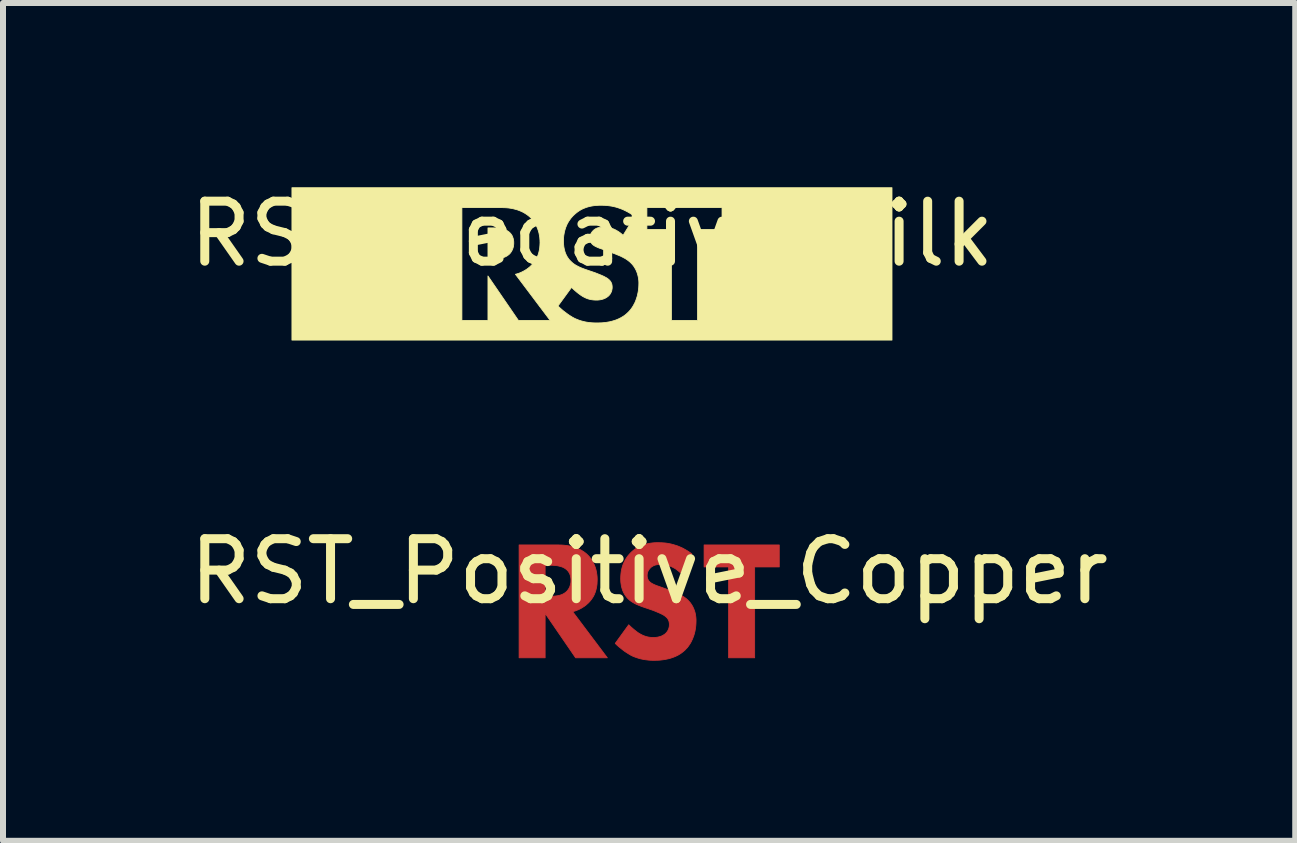
<source format=kicad_pcb>
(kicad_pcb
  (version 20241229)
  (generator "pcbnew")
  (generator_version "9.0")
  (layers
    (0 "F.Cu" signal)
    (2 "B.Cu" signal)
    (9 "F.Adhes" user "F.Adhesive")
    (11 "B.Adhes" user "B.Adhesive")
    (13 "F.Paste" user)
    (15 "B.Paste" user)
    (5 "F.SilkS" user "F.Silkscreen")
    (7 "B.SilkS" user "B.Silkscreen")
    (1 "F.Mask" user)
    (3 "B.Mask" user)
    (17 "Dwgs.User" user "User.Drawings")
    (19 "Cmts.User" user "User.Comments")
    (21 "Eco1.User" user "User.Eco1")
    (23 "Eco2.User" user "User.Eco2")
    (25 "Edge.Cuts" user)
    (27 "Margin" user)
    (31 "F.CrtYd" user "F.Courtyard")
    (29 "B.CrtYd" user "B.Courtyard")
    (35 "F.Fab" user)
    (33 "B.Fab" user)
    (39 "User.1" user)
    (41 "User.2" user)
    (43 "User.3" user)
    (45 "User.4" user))
  (footprint "RST_Positive_Copper"
    (layer "F.Cu")
    (at 7.768 6.973)
    (property "Reference" "RST_Positive_Copper" (at 0 -0.5 0) (unlocked yes) (layer "F.SilkS") (effects (font (size 1 1) (thickness 0.15))))
    (fp_poly (pts (xy 2.169 -0.574) (xy 1.759 -0.574) (xy 1.759 0.94) (xy 1.325 0.94) (xy 1.325 -0.574) (xy 0.916 -0.574) (xy 0.916 -0.941) (xy 2.169 -0.941)) (stroke (width 0.013) (type solid)) (fill yes) (layer "F.Cu"))
    (fp_poly (pts (xy -1.463 -0.94) (xy -1.422 -0.937) (xy -1.382 -0.933) (xy -1.344 -0.927) (xy -1.308 -0.92) (xy -1.274 -0.912) (xy -1.242 -0.902) (xy -1.212 -0.891) (xy -1.183 -0.88) (xy -1.156 -0.867) (xy -1.131 -0.854) (xy -1.107 -0.839) (xy -1.085 -0.825) (xy -1.065 -0.81) (xy -1.045 -0.794) (xy -1.028 -0.778) (xy -1.013 -0.763) (xy -0.998 -0.747) (xy -0.984 -0.729) (xy -0.969 -0.709) (xy -0.956 -0.689) (xy -0.942 -0.666) (xy -0.929 -0.643) (xy -0.917 -0.617) (xy -0.906 -0.591) (xy -0.896 -0.562) (xy -0.887 -0.533) (xy -0.883 -0.517) (xy -0.88 -0.501) (xy -0.876 -0.485) (xy -0.874 -0.468) (xy -0.871 -0.451) (xy -0.869 -0.433) (xy -0.867 -0.415) (xy -0.866 -0.397) (xy -0.865 -0.378) (xy -0.865 -0.359) (xy -0.866 -0.336) (xy -0.867 -0.313) (xy -0.868 -0.289) (xy -0.871 -0.265) (xy -0.875 -0.24) (xy -0.88 -0.216) (xy -0.886 -0.191) (xy -0.893 -0.166) (xy -0.902 -0.142) (xy -0.912 -0.117) (xy -0.924 -0.092) (xy -0.938 -0.068) (xy -0.954 -0.044) (xy -0.972 -0.02) (xy -0.991 0.003) (xy -1.013 0.026) (xy -1.026 0.038) (xy -1.039 0.049) (xy -1.052 0.061) (xy -1.067 0.072) (xy -1.081 0.083) (xy -1.097 0.093) (xy -1.113 0.103) (xy -1.129 0.113) (xy -1.146 0.122) (xy -1.164 0.131) (xy -1.181 0.139) (xy -1.199 0.146) (xy -1.218 0.154) (xy -1.236 0.16) (xy -1.255 0.166) (xy -1.274 0.171) (xy -0.696 0.94) (xy -1.225 0.94) (xy -1.733 0.199) (xy -1.733 0.94) (xy -2.167 0.94) (xy -2.167 -0.087) (xy -1.733 -0.087) (xy -1.634 -0.087) (xy -1.604 -0.087) (xy -1.588 -0.088) (xy -1.571 -0.089) (xy -1.554 -0.091) (xy -1.537 -0.093) (xy -1.52 -0.096) (xy -1.502 -0.1) (xy -1.485 -0.104) (xy -1.468 -0.11) (xy -1.451 -0.116) (xy -1.434 -0.124) (xy -1.418 -0.133) (xy -1.403 -0.143) (xy -1.395 -0.149) (xy -1.388 -0.155) (xy -1.38 -0.161) (xy -1.373 -0.168) (xy -1.367 -0.174) (xy -1.361 -0.181) (xy -1.355 -0.189) (xy -1.349 -0.197) (xy -1.343 -0.206) (xy -1.337 -0.216) (xy -1.331 -0.226) (xy -1.326 -0.237) (xy -1.321 -0.249) (xy -1.317 -0.262) (xy -1.313 -0.275) (xy -1.311 -0.282) (xy -1.309 -0.289) (xy -1.308 -0.296) (xy -1.306 -0.303) (xy -1.305 -0.311) (xy -1.304 -0.319) (xy -1.304 -0.327) (xy -1.303 -0.335) (xy -1.303 -0.343) (xy -1.303 -0.352) (xy -1.303 -0.371) (xy -1.305 -0.389) (xy -1.308 -0.406) (xy -1.311 -0.422) (xy -1.315 -0.437) (xy -1.32 -0.451) (xy -1.326 -0.464) (xy -1.332 -0.476) (xy -1.339 -0.487) (xy -1.346 -0.497) (xy -1.353 -0.507) (xy -1.361 -0.515) (xy -1.368 -0.523) (xy -1.376 -0.53) (xy -1.384 -0.536) (xy -1.391 -0.542) (xy -1.405 -0.551) (xy -1.419 -0.56) (xy -1.434 -0.567) (xy -1.45 -0.574) (xy -1.466 -0.579) (xy -1.483 -0.584) (xy -1.5 -0.588) (xy -1.516 -0.592) (xy -1.533 -0.595) (xy -1.549 -0.597) (xy -1.564 -0.599) (xy -1.579 -0.6) (xy -1.607 -0.602) (xy -1.631 -0.602) (xy -1.733 -0.602) (xy -1.733 -0.087) (xy -2.167 -0.087) (xy -2.167 -0.941) (xy -1.507 -0.941)) (stroke (width 0.013) (type solid)) (fill yes) (layer "F.Cu"))
    (fp_poly (pts (xy 0.207 -0.978) (xy 0.235 -0.976) (xy 0.266 -0.974) (xy 0.297 -0.97) (xy 0.33 -0.964) (xy 0.365 -0.957) (xy 0.4 -0.948) (xy 0.436 -0.937) (xy 0.474 -0.925) (xy 0.512 -0.909) (xy 0.551 -0.892) (xy 0.59 -0.871) (xy 0.63 -0.848) (xy 0.671 -0.822) (xy 0.712 -0.792) (xy 0.518 -0.475) (xy 0.518 -0.482) (xy 0.491 -0.504) (xy 0.466 -0.524) (xy 0.441 -0.542) (xy 0.416 -0.557) (xy 0.393 -0.569) (xy 0.37 -0.58) (xy 0.348 -0.589) (xy 0.327 -0.597) (xy 0.307 -0.603) (xy 0.288 -0.607) (xy 0.27 -0.611) (xy 0.254 -0.613) (xy 0.238 -0.615) (xy 0.224 -0.616) (xy 0.2 -0.616) (xy 0.177 -0.616) (xy 0.165 -0.615) (xy 0.153 -0.614) (xy 0.141 -0.613) (xy 0.129 -0.611) (xy 0.117 -0.609) (xy 0.104 -0.606) (xy 0.092 -0.602) (xy 0.081 -0.598) (xy 0.069 -0.592) (xy 0.058 -0.586) (xy 0.047 -0.579) (xy 0.036 -0.572) (xy 0.031 -0.567) (xy 0.026 -0.563) (xy 0.021 -0.558) (xy 0.017 -0.553) (xy 0.011 -0.547) (xy 0.006 -0.541) (xy 0.002 -0.535) (xy -0.003 -0.529) (xy -0.007 -0.522) (xy -0.011 -0.515) (xy -0.015 -0.508) (xy -0.019 -0.501) (xy -0.022 -0.493) (xy -0.025 -0.485) (xy -0.027 -0.477) (xy -0.029 -0.468) (xy -0.031 -0.46) (xy -0.032 -0.451) (xy -0.032 -0.442) (xy -0.033 -0.433) (xy -0.033 -0.424) (xy -0.032 -0.416) (xy -0.031 -0.408) (xy -0.03 -0.401) (xy -0.029 -0.393) (xy -0.027 -0.386) (xy -0.025 -0.38) (xy -0.022 -0.373) (xy -0.019 -0.367) (xy -0.016 -0.361) (xy -0.013 -0.355) (xy -0.009 -0.349) (xy -0.005 -0.343) (xy -0.000284 -0.338) (xy 0.005 -0.332) (xy 0.01 -0.327) (xy 0.018 -0.319) (xy 0.028 -0.312) (xy 0.038 -0.305) (xy 0.048 -0.299) (xy 0.059 -0.293) (xy 0.071 -0.287) (xy 0.084 -0.281) (xy 0.097 -0.275) (xy 0.112 -0.269) (xy 0.127 -0.263) (xy 0.162 -0.251) (xy 0.246 -0.221) (xy 0.387 -0.168) (xy 0.418 -0.156) (xy 0.451 -0.142) (xy 0.485 -0.127) (xy 0.502 -0.119) (xy 0.519 -0.11) (xy 0.535 -0.101) (xy 0.552 -0.092) (xy 0.568 -0.082) (xy 0.585 -0.071) (xy 0.6 -0.06) (xy 0.616 -0.049) (xy 0.63 -0.036) (xy 0.645 -0.023) (xy 0.664 -0.003) (xy 0.682 0.017) (xy 0.698 0.039) (xy 0.712 0.06) (xy 0.725 0.082) (xy 0.736 0.105) (xy 0.746 0.127) (xy 0.754 0.15) (xy 0.762 0.173) (xy 0.768 0.195) (xy 0.772 0.218) (xy 0.776 0.24) (xy 0.779 0.262) (xy 0.781 0.284) (xy 0.782 0.305) (xy 0.782 0.326) (xy 0.781 0.362) (xy 0.779 0.397) (xy 0.775 0.432) (xy 0.77 0.466) (xy 0.764 0.499) (xy 0.756 0.531) (xy 0.747 0.563) (xy 0.736 0.593) (xy 0.725 0.622) (xy 0.712 0.65) (xy 0.699 0.677) (xy 0.684 0.703) (xy 0.668 0.727) (xy 0.652 0.75) (xy 0.635 0.772) (xy 0.616 0.791) (xy 0.601 0.808) (xy 0.584 0.823) (xy 0.568 0.837) (xy 0.551 0.85) (xy 0.534 0.863) (xy 0.516 0.875) (xy 0.481 0.896) (xy 0.444 0.914) (xy 0.408 0.929) (xy 0.371 0.942) (xy 0.334 0.953) (xy 0.298 0.961) (xy 0.263 0.968) (xy 0.229 0.973) (xy 0.196 0.977) (xy 0.165 0.98) (xy 0.135 0.981) (xy 0.084 0.982) (xy 0.059 0.982) (xy 0.034 0.981) (xy 0.01 0.98) (xy -0.014 0.978) (xy -0.038 0.975) (xy -0.062 0.972) (xy -0.085 0.969) (xy -0.109 0.964) (xy -0.132 0.959) (xy -0.155 0.954) (xy -0.177 0.947) (xy -0.2 0.94) (xy -0.223 0.932) (xy -0.245 0.924) (xy -0.268 0.915) (xy -0.29 0.904) (xy -0.308 0.895) (xy -0.326 0.884) (xy -0.345 0.873) (xy -0.363 0.861) (xy -0.382 0.849) (xy -0.401 0.837) (xy -0.437 0.81) (xy -0.472 0.782) (xy -0.506 0.755) (xy -0.537 0.727) (xy -0.565 0.7) (xy -0.34 0.389) (xy -0.32 0.408) (xy -0.299 0.428) (xy -0.276 0.448) (xy -0.253 0.468) (xy -0.229 0.487) (xy -0.206 0.505) (xy -0.195 0.513) (xy -0.184 0.521) (xy -0.173 0.528) (xy -0.163 0.534) (xy -0.149 0.542) (xy -0.135 0.55) (xy -0.121 0.557) (xy -0.107 0.564) (xy -0.093 0.57) (xy -0.079 0.575) (xy -0.065 0.58) (xy -0.05 0.585) (xy -0.036 0.589) (xy -0.021 0.592) (xy -0.006 0.595) (xy 0.009 0.597) (xy 0.025 0.599) (xy 0.041 0.6) (xy 0.057 0.601) (xy 0.073 0.601) (xy 0.084 0.601) (xy 0.095 0.6) (xy 0.107 0.6) (xy 0.119 0.598) (xy 0.131 0.597) (xy 0.144 0.595) (xy 0.156 0.592) (xy 0.169 0.589) (xy 0.182 0.585) (xy 0.195 0.581) (xy 0.208 0.576) (xy 0.221 0.57) (xy 0.234 0.563) (xy 0.246 0.555) (xy 0.259 0.547) (xy 0.271 0.537) (xy 0.277 0.531) (xy 0.284 0.525) (xy 0.29 0.518) (xy 0.296 0.51) (xy 0.302 0.502) (xy 0.307 0.494) (xy 0.313 0.485) (xy 0.317 0.476) (xy 0.322 0.467) (xy 0.326 0.456) (xy 0.329 0.446) (xy 0.331 0.44) (xy 0.332 0.435) (xy 0.333 0.429) (xy 0.335 0.423) (xy 0.336 0.417) (xy 0.336 0.411) (xy 0.337 0.405) (xy 0.337 0.399) (xy 0.338 0.392) (xy 0.338 0.386) (xy 0.337 0.374) (xy 0.337 0.363) (xy 0.335 0.353) (xy 0.333 0.343) (xy 0.331 0.333) (xy 0.328 0.324) (xy 0.324 0.315) (xy 0.321 0.307) (xy 0.316 0.299) (xy 0.311 0.291) (xy 0.306 0.284) (xy 0.301 0.277) (xy 0.294 0.27) (xy 0.288 0.264) (xy 0.281 0.258) (xy 0.274 0.252) (xy 0.264 0.244) (xy 0.253 0.236) (xy 0.24 0.228) (xy 0.227 0.22) (xy 0.212 0.213) (xy 0.197 0.205) (xy 0.166 0.191) (xy 0.135 0.178) (xy 0.105 0.165) (xy 0.056 0.146) (xy -0.1 0.093) (xy -0.133 0.081) (xy -0.168 0.067) (xy -0.202 0.053) (xy -0.22 0.045) (xy -0.237 0.036) (xy -0.254 0.027) (xy -0.27 0.017) (xy -0.287 0.007) (xy -0.303 -0.004) (xy -0.318 -0.015) (xy -0.333 -0.028) (xy -0.347 -0.041) (xy -0.361 -0.055) (xy -0.378 -0.075) (xy -0.394 -0.096) (xy -0.408 -0.117) (xy -0.42 -0.138) (xy -0.431 -0.16) (xy -0.44 -0.181) (xy -0.448 -0.203) (xy -0.454 -0.225) (xy -0.46 -0.246) (xy -0.464 -0.267) (xy -0.467 -0.288) (xy -0.47 -0.308) (xy -0.472 -0.328) (xy -0.473 -0.347) (xy -0.474 -0.383) (xy -0.473 -0.414) (xy -0.471 -0.444) (xy -0.468 -0.474) (xy -0.464 -0.503) (xy -0.459 -0.531) (xy -0.452 -0.559) (xy -0.444 -0.587) (xy -0.435 -0.613) (xy -0.424 -0.64) (xy -0.412 -0.665) (xy -0.399 -0.69) (xy -0.384 -0.715) (xy -0.368 -0.739) (xy -0.351 -0.762) (xy -0.332 -0.784) (xy -0.311 -0.807) (xy -0.286 -0.831) (xy -0.26 -0.853) (xy -0.234 -0.872) (xy -0.207 -0.89) (xy -0.18 -0.906) (xy -0.152 -0.92) (xy -0.123 -0.933) (xy -0.094 -0.943) (xy -0.065 -0.952) (xy -0.035 -0.96) (xy -0.005 -0.966) (xy 0.026 -0.971) (xy 0.057 -0.975) (xy 0.089 -0.978) (xy 0.121 -0.979) (xy 0.154 -0.979)) (stroke (width 0.013) (type solid)) (fill yes) (layer "F.Cu")))
  (footprint "RST_Negative_Silk"
    (layer "F.Cu")
    (at 6.815 1.348)
    (property "Reference" "RST_Negative_Silk" (at 0 -0.5 0) (unlocked yes) (layer "F.SilkS") (effects (font (size 1 1) (thickness 0.15))))
    (fp_poly (pts (xy -1.607 -0.599) (xy -1.58 -0.598) (xy -1.565 -0.596) (xy -1.549 -0.595) (xy -1.533 -0.592) (xy -1.516 -0.59) (xy -1.5 -0.586) (xy -1.483 -0.582) (xy -1.467 -0.577) (xy -1.45 -0.571) (xy -1.435 -0.565) (xy -1.419 -0.558) (xy -1.405 -0.549) (xy -1.391 -0.54) (xy -1.384 -0.534) (xy -1.376 -0.528) (xy -1.369 -0.521) (xy -1.361 -0.513) (xy -1.353 -0.504) (xy -1.346 -0.495) (xy -1.339 -0.485) (xy -1.332 -0.474) (xy -1.326 -0.462) (xy -1.321 -0.449) (xy -1.316 -0.435) (xy -1.311 -0.42) (xy -1.308 -0.404) (xy -1.305 -0.387) (xy -1.303 -0.369) (xy -1.303 -0.349) (xy -1.303 -0.341) (xy -1.303 -0.332) (xy -1.304 -0.324) (xy -1.305 -0.316) (xy -1.306 -0.309) (xy -1.307 -0.301) (xy -1.308 -0.294) (xy -1.309 -0.286) (xy -1.311 -0.279) (xy -1.313 -0.272) (xy -1.317 -0.259) (xy -1.321 -0.247) (xy -1.326 -0.235) (xy -1.332 -0.224) (xy -1.337 -0.214) (xy -1.343 -0.204) (xy -1.349 -0.195) (xy -1.355 -0.187) (xy -1.361 -0.179) (xy -1.367 -0.172) (xy -1.373 -0.166) (xy -1.38 -0.159) (xy -1.388 -0.153) (xy -1.395 -0.147) (xy -1.403 -0.141) (xy -1.418 -0.131) (xy -1.435 -0.122) (xy -1.451 -0.114) (xy -1.468 -0.108) (xy -1.485 -0.102) (xy -1.503 -0.097) (xy -1.52 -0.094) (xy -1.537 -0.091) (xy -1.554 -0.089) (xy -1.571 -0.087) (xy -1.588 -0.086) (xy -1.604 -0.085) (xy -1.635 -0.085) (xy -1.733 -0.085) (xy -1.733 -0.6) (xy -1.631 -0.6)) (stroke (width 0.013) (type solid)) (fill yes) (layer "F.SilkS"))
    (fp_poly (pts (xy 5.001 1.27) (xy -5 1.27) (xy -5 0.942) (xy -2.167 0.942) (xy -1.733 0.942) (xy -1.733 0.201) (xy -1.225 0.942) (xy -0.696 0.942) (xy -0.877 0.702) (xy -0.566 0.702) (xy -0.537 0.729) (xy -0.506 0.757) (xy -0.473 0.785) (xy -0.437 0.812) (xy -0.401 0.839) (xy -0.382 0.852) (xy -0.364 0.864) (xy -0.345 0.875) (xy -0.327 0.887) (xy -0.308 0.897) (xy -0.29 0.907) (xy -0.268 0.917) (xy -0.245 0.926) (xy -0.223 0.935) (xy -0.2 0.943) (xy -0.178 0.95) (xy -0.155 0.956) (xy -0.132 0.962) (xy -0.109 0.967) (xy -0.086 0.971) (xy -0.062 0.975) (xy -0.038 0.978) (xy -0.015 0.98) (xy 0.01 0.982) (xy 0.034 0.983) (xy 0.059 0.984) (xy 0.084 0.984) (xy 0.135 0.983) (xy 0.164 0.982) (xy 0.196 0.979) (xy 0.228 0.976) (xy 0.263 0.97) (xy 0.298 0.964) (xy 0.334 0.955) (xy 0.371 0.944) (xy 0.407 0.932) (xy 0.444 0.916) (xy 0.48 0.898) (xy 0.516 0.877) (xy 0.534 0.865) (xy 0.551 0.853) (xy 0.568 0.839) (xy 0.584 0.825) (xy 0.6 0.81) (xy 0.616 0.794) (xy 0.634 0.774) (xy 0.652 0.752) (xy 0.668 0.729) (xy 0.684 0.705) (xy 0.698 0.679) (xy 0.712 0.653) (xy 0.725 0.625) (xy 0.736 0.595) (xy 0.746 0.565) (xy 0.756 0.534) (xy 0.763 0.501) (xy 0.77 0.468) (xy 0.775 0.434) (xy 0.779 0.4) (xy 0.781 0.364) (xy 0.782 0.328) (xy 0.782 0.307) (xy 0.781 0.286) (xy 0.779 0.264) (xy 0.776 0.242) (xy 0.772 0.22) (xy 0.767 0.197) (xy 0.761 0.175) (xy 0.754 0.152) (xy 0.746 0.13) (xy 0.736 0.107) (xy 0.725 0.085) (xy 0.712 0.063) (xy 0.698 0.041) (xy 0.682 0.02) (xy 0.664 -0.001) (xy 0.644 -0.021) (xy 0.63 -0.034) (xy 0.615 -0.046) (xy 0.6 -0.058) (xy 0.584 -0.069) (xy 0.568 -0.08) (xy 0.552 -0.09) (xy 0.535 -0.099) (xy 0.518 -0.108) (xy 0.501 -0.117) (xy 0.485 -0.125) (xy 0.451 -0.14) (xy 0.418 -0.153) (xy 0.387 -0.166) (xy 0.246 -0.219) (xy 0.162 -0.249) (xy 0.127 -0.261) (xy 0.112 -0.267) (xy 0.097 -0.273) (xy 0.084 -0.279) (xy 0.071 -0.285) (xy 0.059 -0.29) (xy 0.048 -0.297) (xy 0.037 -0.303) (xy 0.028 -0.31) (xy 0.018 -0.317) (xy 0.009 -0.325) (xy 0.004 -0.33) (xy -0.000479 -0.335) (xy -0.005 -0.341) (xy -0.009 -0.347) (xy -0.013 -0.352) (xy -0.016 -0.358) (xy -0.019 -0.365) (xy -0.022 -0.371) (xy -0.025 -0.377) (xy -0.027 -0.384) (xy -0.029 -0.391) (xy -0.03 -0.398) (xy -0.031 -0.406) (xy -0.032 -0.414) (xy -0.033 -0.422) (xy -0.033 -0.43) (xy -0.033 -0.44) (xy -0.032 -0.449) (xy -0.031 -0.457) (xy -0.029 -0.466) (xy -0.027 -0.474) (xy -0.025 -0.483) (xy -0.022 -0.491) (xy -0.019 -0.498) (xy -0.015 -0.506) (xy -0.012 -0.513) (xy -0.007 -0.52) (xy -0.003 -0.527) (xy 0.001 -0.533) (xy 0.006 -0.539) (xy 0.011 -0.545) (xy 0.016 -0.55) (xy 0.021 -0.555) (xy 0.026 -0.56) (xy 0.031 -0.565) (xy 0.036 -0.569) (xy 0.047 -0.577) (xy 0.058 -0.584) (xy 0.069 -0.59) (xy 0.08 -0.595) (xy 0.092 -0.6) (xy 0.104 -0.603) (xy 0.116 -0.606) (xy 0.129 -0.609) (xy 0.141 -0.61) (xy 0.153 -0.612) (xy 0.165 -0.613) (xy 0.177 -0.613) (xy 0.2 -0.614) (xy 0.224 -0.613) (xy 0.238 -0.612) (xy 0.254 -0.611) (xy 0.27 -0.608) (xy 0.288 -0.605) (xy 0.307 -0.6) (xy 0.327 -0.594) (xy 0.348 -0.587) (xy 0.37 -0.578) (xy 0.393 -0.567) (xy 0.416 -0.554) (xy 0.441 -0.539) (xy 0.466 -0.522) (xy 0.491 -0.502) (xy 0.517 -0.48) (xy 0.517 -0.473) (xy 0.58 -0.575) (xy 0.916 -0.575) (xy 1.325 -0.575) (xy 1.325 0.942) (xy 1.759 0.942) (xy 1.759 -0.575) (xy 2.168 -0.575) (xy 2.168 -0.938) (xy 0.916 -0.938) (xy 0.916 -0.575) (xy 0.58 -0.575) (xy 0.711 -0.79) (xy 0.671 -0.82) (xy 0.63 -0.846) (xy 0.59 -0.869) (xy 0.55 -0.889) (xy 0.512 -0.907) (xy 0.473 -0.922) (xy 0.436 -0.935) (xy 0.4 -0.946) (xy 0.364 -0.955) (xy 0.33 -0.962) (xy 0.297 -0.967) (xy 0.265 -0.971) (xy 0.235 -0.974) (xy 0.207 -0.976) (xy 0.154 -0.977) (xy 0.121 -0.977) (xy 0.089 -0.975) (xy 0.057 -0.973) (xy 0.026 -0.969) (xy -0.005 -0.964) (xy -0.035 -0.958) (xy -0.065 -0.95) (xy -0.095 -0.941) (xy -0.123 -0.93) (xy -0.152 -0.918) (xy -0.18 -0.904) (xy -0.207 -0.888) (xy -0.234 -0.87) (xy -0.26 -0.85) (xy -0.286 -0.828) (xy -0.312 -0.804) (xy -0.332 -0.782) (xy -0.351 -0.76) (xy -0.368 -0.736) (xy -0.385 -0.712) (xy -0.399 -0.688) (xy -0.413 -0.663) (xy -0.424 -0.637) (xy -0.435 -0.611) (xy -0.444 -0.584) (xy -0.452 -0.557) (xy -0.459 -0.529) (xy -0.464 -0.501) (xy -0.469 -0.472) (xy -0.472 -0.442) (xy -0.473 -0.412) (xy -0.474 -0.381) (xy -0.473 -0.345) (xy -0.472 -0.325) (xy -0.47 -0.305) (xy -0.468 -0.285) (xy -0.464 -0.264) (xy -0.46 -0.243) (xy -0.454 -0.221) (xy -0.448 -0.199) (xy -0.44 -0.177) (xy -0.431 -0.156) (xy -0.42 -0.134) (xy -0.408 -0.113) (xy -0.394 -0.093) (xy -0.379 -0.072) (xy -0.37 -0.063) (xy -0.361 -0.053) (xy -0.347 -0.039) (xy -0.333 -0.026) (xy -0.318 -0.013) (xy -0.303 -0.001) (xy -0.287 0.009) (xy -0.271 0.02) (xy -0.254 0.029) (xy -0.237 0.038) (xy -0.22 0.047) (xy -0.203 0.055) (xy -0.168 0.07) (xy -0.134 0.083) (xy -0.1 0.095) (xy 0.055 0.148) (xy 0.105 0.168) (xy 0.135 0.18) (xy 0.166 0.193) (xy 0.197 0.207) (xy 0.212 0.215) (xy 0.226 0.223) (xy 0.24 0.23) (xy 0.253 0.238) (xy 0.264 0.246) (xy 0.274 0.254) (xy 0.281 0.26) (xy 0.288 0.266) (xy 0.294 0.273) (xy 0.3 0.279) (xy 0.306 0.286) (xy 0.311 0.294) (xy 0.316 0.301) (xy 0.32 0.309) (xy 0.324 0.317) (xy 0.328 0.326) (xy 0.331 0.335) (xy 0.333 0.345) (xy 0.335 0.355) (xy 0.336 0.365) (xy 0.337 0.376) (xy 0.338 0.388) (xy 0.337 0.395) (xy 0.337 0.401) (xy 0.337 0.407) (xy 0.336 0.414) (xy 0.335 0.42) (xy 0.334 0.426) (xy 0.333 0.431) (xy 0.332 0.437) (xy 0.331 0.443) (xy 0.329 0.448) (xy 0.326 0.459) (xy 0.322 0.469) (xy 0.317 0.478) (xy 0.312 0.488) (xy 0.307 0.496) (xy 0.302 0.505) (xy 0.296 0.513) (xy 0.29 0.52) (xy 0.284 0.527) (xy 0.277 0.534) (xy 0.27 0.54) (xy 0.258 0.549) (xy 0.246 0.558) (xy 0.234 0.565) (xy 0.221 0.572) (xy 0.208 0.578) (xy 0.195 0.583) (xy 0.182 0.588) (xy 0.169 0.591) (xy 0.156 0.595) (xy 0.144 0.597) (xy 0.131 0.599) (xy 0.119 0.601) (xy 0.107 0.602) (xy 0.095 0.603) (xy 0.084 0.603) (xy 0.073 0.603) (xy 0.057 0.603) (xy 0.041 0.602) (xy 0.025 0.601) (xy 0.009 0.599) (xy -0.006 0.597) (xy -0.021 0.594) (xy -0.036 0.591) (xy -0.051 0.587) (xy -0.065 0.583) (xy -0.079 0.578) (xy -0.094 0.572) (xy -0.108 0.566) (xy -0.122 0.559) (xy -0.136 0.552) (xy -0.15 0.545) (xy -0.163 0.536) (xy -0.174 0.53) (xy -0.184 0.523) (xy -0.195 0.515) (xy -0.206 0.507) (xy -0.229 0.49) (xy -0.253 0.471) (xy -0.276 0.451) (xy -0.299 0.431) (xy -0.32 0.411) (xy -0.34 0.392) (xy -0.566 0.702) (xy -0.877 0.702) (xy -1.275 0.173) (xy -1.256 0.168) (xy -1.237 0.162) (xy -1.218 0.156) (xy -1.2 0.149) (xy -1.182 0.141) (xy -1.164 0.133) (xy -1.147 0.124) (xy -1.13 0.115) (xy -1.113 0.105) (xy -1.097 0.095) (xy -1.082 0.085) (xy -1.067 0.074) (xy -1.053 0.063) (xy -1.039 0.052) (xy -1.026 0.04) (xy -1.014 0.028) (xy -0.992 0.005) (xy -0.972 -0.018) (xy -0.954 -0.042) (xy -0.938 -0.066) (xy -0.925 -0.09) (xy -0.912 -0.115) (xy -0.902 -0.139) (xy -0.893 -0.164) (xy -0.886 -0.189) (xy -0.88 -0.214) (xy -0.875 -0.238) (xy -0.871 -0.262) (xy -0.869 -0.287) (xy -0.867 -0.31) (xy -0.866 -0.334) (xy -0.865 -0.356) (xy -0.866 -0.376) (xy -0.866 -0.394) (xy -0.868 -0.413) (xy -0.869 -0.431) (xy -0.871 -0.449) (xy -0.874 -0.466) (xy -0.877 -0.482) (xy -0.88 -0.499) (xy -0.883 -0.515) (xy -0.887 -0.53) (xy -0.896 -0.56) (xy -0.906 -0.588) (xy -0.917 -0.615) (xy -0.929 -0.64) (xy -0.942 -0.664) (xy -0.956 -0.686) (xy -0.97 -0.707) (xy -0.984 -0.726) (xy -0.998 -0.744) (xy -1.013 -0.761) (xy -1.028 -0.776) (xy -1.046 -0.792) (xy -1.065 -0.807) (xy -1.086 -0.823) (xy -1.108 -0.837) (xy -1.131 -0.851) (xy -1.157 -0.865) (xy -1.183 -0.877) (xy -1.212 -0.889) (xy -1.242 -0.9) (xy -1.274 -0.909) (xy -1.308 -0.918) (xy -1.344 -0.925) (xy -1.382 -0.931) (xy -1.422 -0.935) (xy -1.464 -0.937) (xy -1.508 -0.938) (xy -2.167 -0.938) (xy -2.167 0.942) (xy -5 0.942) (xy -5 -1.27) (xy 5.001 -1.27)) (stroke (width 0.013) (type solid)) (fill yes) (layer "F.SilkS")))
  (gr_rect
    (start -3 -3)
    (end 18.536 10.962)
    (stroke (width 0.1) (type default))
    (fill no)
    (layer "Edge.Cuts")))
</source>
